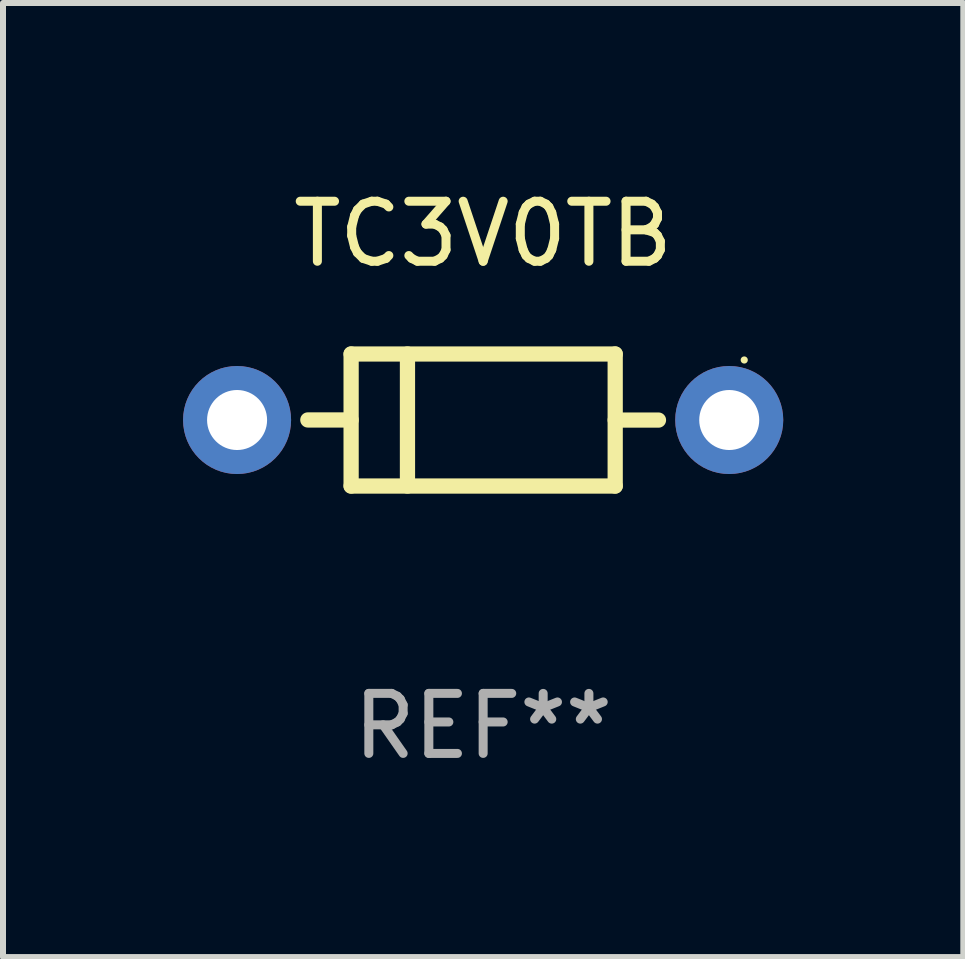
<source format=kicad_pcb>
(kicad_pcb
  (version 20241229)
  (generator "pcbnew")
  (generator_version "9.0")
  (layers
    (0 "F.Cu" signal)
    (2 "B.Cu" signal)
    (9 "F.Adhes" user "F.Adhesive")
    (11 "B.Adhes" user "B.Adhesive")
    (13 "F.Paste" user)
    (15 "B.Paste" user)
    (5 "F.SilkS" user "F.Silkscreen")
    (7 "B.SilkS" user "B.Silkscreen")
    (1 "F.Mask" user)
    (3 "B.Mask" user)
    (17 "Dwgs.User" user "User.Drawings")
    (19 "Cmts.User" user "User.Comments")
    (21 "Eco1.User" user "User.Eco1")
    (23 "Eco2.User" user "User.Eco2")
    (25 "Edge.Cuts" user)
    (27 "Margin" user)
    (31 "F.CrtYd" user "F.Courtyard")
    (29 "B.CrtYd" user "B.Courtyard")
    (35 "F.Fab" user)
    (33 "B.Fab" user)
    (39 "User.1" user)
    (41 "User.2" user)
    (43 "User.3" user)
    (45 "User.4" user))
  (footprint "TC3V0TB"
    (layer "F.Cu")
    (at 5 3.948)
    (property "Reference" "TC3V0TB" (at 0 -3.1 0) (layer "F.SilkS") (effects (font (size 1 1) (thickness 0.15))))
    (attr through_hole)
    (fp_line (start -2.2 -1.1) (end -2.2 1.1) (stroke (width 0.254) (type solid)) (layer "F.SilkS"))
    (fp_line (start -2.2 -1.1) (end 2.2 -1.1) (stroke (width 0.254) (type solid)) (layer "F.SilkS"))
    (fp_line (start -2.2 -0.001) (end -2.921 -0.001) (stroke (width 0.254) (type solid)) (layer "F.SilkS"))
    (fp_line (start -2.2 1.1) (end 2.2 1.1) (stroke (width 0.254) (type solid)) (layer "F.SilkS"))
    (fp_line (start -1.261 -1.1) (end -1.261 1.1) (stroke (width 0.254) (type solid)) (layer "F.SilkS"))
    (fp_line (start 2.2 -1.1) (end 2.2 1.1) (stroke (width 0.254) (type solid)) (layer "F.SilkS"))
    (fp_line (start 2.2 0.001) (end 2.921 0.001) (stroke (width 0.254) (type solid)) (layer "F.SilkS"))
    (fp_circle (center 4.35 -1) (end 4.38 -1) (stroke (width 0.06) (type solid)) (fill no) (layer "F.SilkS"))
    (fp_text user "REF**" (at 0 5.1 0) (layer "F.Fab") (effects (font (size 1 1) (thickness 0.15))))
    (pad "1" thru_hole circle (at 4.1 0) (size 1.8 1.8) (drill 1) (layers "*.Cu" "*.Mask"))
    (pad "2" thru_hole circle (at -4.1 0) (size 1.8 1.8) (drill 1) (layers "*.Cu" "*.Mask")))
  (gr_rect
    (start -3 -3)
    (end 13 12.896)
    (stroke (width 0.1) (type default))
    (fill no)
    (layer "Edge.Cuts")))
</source>
